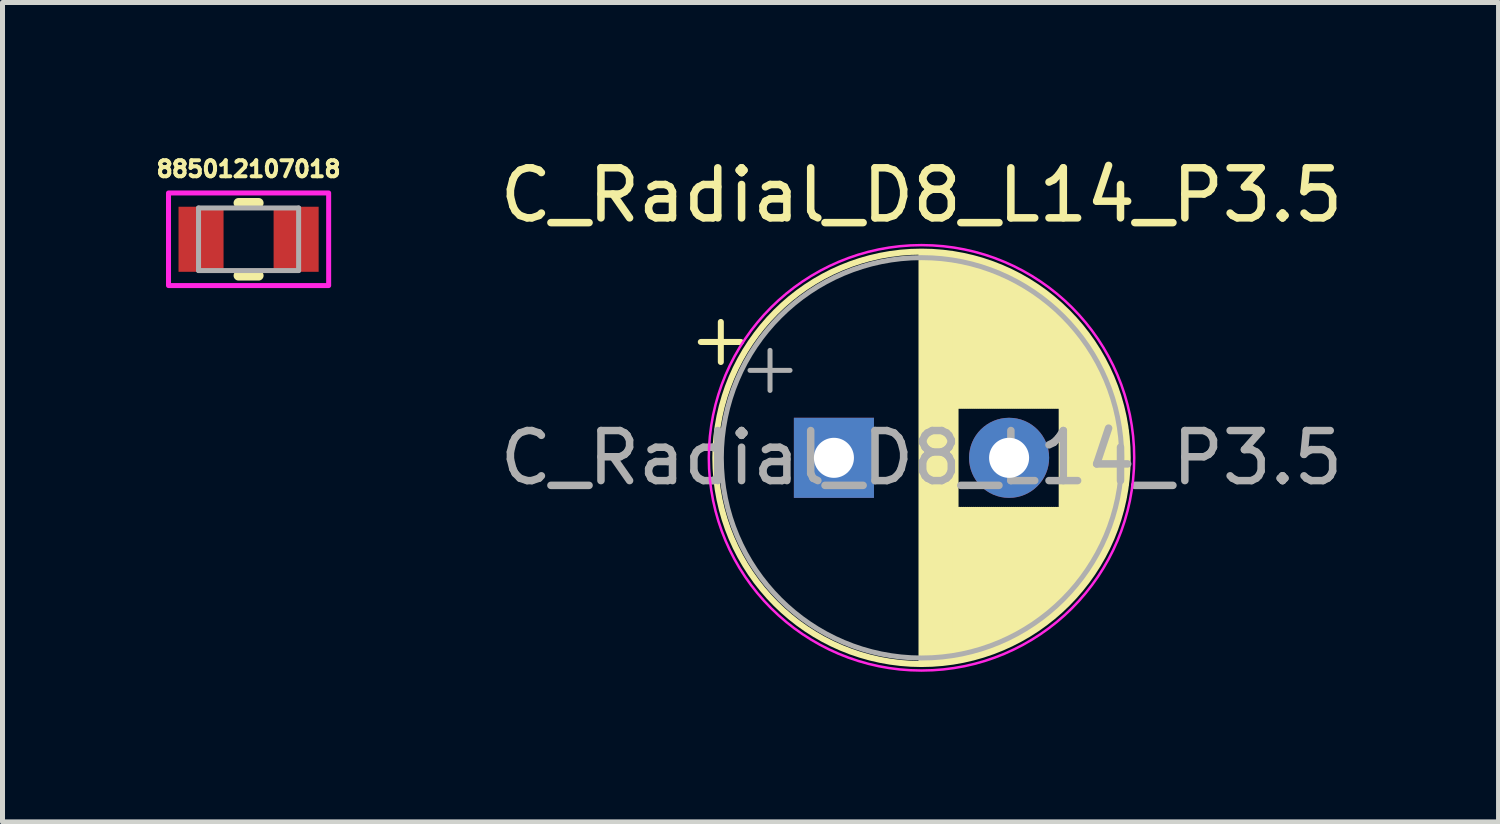
<source format=kicad_pcb>
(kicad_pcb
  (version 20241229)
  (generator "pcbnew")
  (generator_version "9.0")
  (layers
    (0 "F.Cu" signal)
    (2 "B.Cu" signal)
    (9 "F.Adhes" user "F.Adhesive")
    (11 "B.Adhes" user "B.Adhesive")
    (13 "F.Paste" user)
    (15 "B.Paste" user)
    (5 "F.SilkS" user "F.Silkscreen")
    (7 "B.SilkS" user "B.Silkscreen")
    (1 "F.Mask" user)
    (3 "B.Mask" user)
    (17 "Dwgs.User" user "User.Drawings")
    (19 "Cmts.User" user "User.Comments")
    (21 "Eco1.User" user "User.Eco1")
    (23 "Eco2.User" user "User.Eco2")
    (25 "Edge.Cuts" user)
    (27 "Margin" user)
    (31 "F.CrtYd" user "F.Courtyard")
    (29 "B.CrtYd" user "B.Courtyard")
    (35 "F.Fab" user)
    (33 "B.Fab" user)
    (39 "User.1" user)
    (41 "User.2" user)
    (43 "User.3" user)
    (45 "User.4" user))
  (footprint "885012107018"
    (layer "F.Cu")
    (at 1.917 1.731)
    (property "Reference" "885012107018" (at 0 -1.403 0) (layer "F.SilkS") (effects (font (size 0.32 0.32) (thickness 0.08))))
    (attr smd)
    (fp_line (start -0.2 -0.725) (end 0.2 -0.725) (stroke (width 0.2) (type solid)) (layer "F.SilkS"))
    (fp_line (start -0.2 0.725) (end 0.2 0.725) (stroke (width 0.2) (type solid)) (layer "F.SilkS"))
    (fp_poly (pts (xy -1.6 -0.925) (xy 1.6 -0.925) (xy 1.6 0.925) (xy -1.6 0.925)) (stroke (width 0.1) (type solid)) (fill no) (layer "F.CrtYd"))
    (fp_line (start -1 -0.625) (end -1 0.625) (stroke (width 0.1) (type solid)) (layer "F.Fab"))
    (fp_line (start -1 -0.625) (end 1 -0.625) (stroke (width 0.1) (type solid)) (layer "F.Fab"))
    (fp_line (start -1 0.625) (end 1 0.625) (stroke (width 0.1) (type solid)) (layer "F.Fab"))
    (fp_line (start 1 0.625) (end 1 -0.625) (stroke (width 0.1) (type solid)) (layer "F.Fab"))
    (pad "1" smd rect (at -0.95 0) (size 0.9 1.3) (layers "F.Cu" "F.Mask" "F.Paste"))
    (pad "2" smd rect (at 0.95 0) (size 0.9 1.3) (layers "F.Cu" "F.Mask" "F.Paste")))
  (footprint "C_Radial_D8_L14_P3.5"
    (layer "F.Cu")
    (at 13.613 6.098)
    (property "Reference" "C_Radial_D8_L14_P3.5" (at 1.75 -5.25 0) (layer "F.SilkS") (effects (font (size 1 1) (thickness 0.15))))
    (attr through_hole)
    (fp_line (start -2.66 -2.315) (end -1.86 -2.315) (stroke (width 0.12) (type solid)) (layer "F.SilkS"))
    (fp_line (start -2.26 -2.715) (end -2.26 -1.915) (stroke (width 0.12) (type solid)) (layer "F.SilkS"))
    (fp_line (start 1.75 -4.08) (end 1.75 4.08) (stroke (width 0.12) (type solid)) (layer "F.SilkS"))
    (fp_line (start 1.79 -4.08) (end 1.79 4.08) (stroke (width 0.12) (type solid)) (layer "F.SilkS"))
    (fp_line (start 1.83 -4.08) (end 1.83 4.08) (stroke (width 0.12) (type solid)) (layer "F.SilkS"))
    (fp_line (start 1.87 -4.079) (end 1.87 4.079) (stroke (width 0.12) (type solid)) (layer "F.SilkS"))
    (fp_line (start 1.91 -4.077) (end 1.91 4.077) (stroke (width 0.12) (type solid)) (layer "F.SilkS"))
    (fp_line (start 1.95 -4.076) (end 1.95 4.076) (stroke (width 0.12) (type solid)) (layer "F.SilkS"))
    (fp_line (start 1.99 -4.074) (end 1.99 4.074) (stroke (width 0.12) (type solid)) (layer "F.SilkS"))
    (fp_line (start 2.03 -4.071) (end 2.03 4.071) (stroke (width 0.12) (type solid)) (layer "F.SilkS"))
    (fp_line (start 2.07 -4.068) (end 2.07 4.068) (stroke (width 0.12) (type solid)) (layer "F.SilkS"))
    (fp_line (start 2.11 -4.065) (end 2.11 4.065) (stroke (width 0.12) (type solid)) (layer "F.SilkS"))
    (fp_line (start 2.15 -4.061) (end 2.15 4.061) (stroke (width 0.12) (type solid)) (layer "F.SilkS"))
    (fp_line (start 2.19 -4.057) (end 2.19 4.057) (stroke (width 0.12) (type solid)) (layer "F.SilkS"))
    (fp_line (start 2.23 -4.052) (end 2.23 4.052) (stroke (width 0.12) (type solid)) (layer "F.SilkS"))
    (fp_line (start 2.27 -4.048) (end 2.27 4.048) (stroke (width 0.12) (type solid)) (layer "F.SilkS"))
    (fp_line (start 2.31 -4.042) (end 2.31 4.042) (stroke (width 0.12) (type solid)) (layer "F.SilkS"))
    (fp_line (start 2.35 -4.037) (end 2.35 4.037) (stroke (width 0.12) (type solid)) (layer "F.SilkS"))
    (fp_line (start 2.39 -4.03) (end 2.39 4.03) (stroke (width 0.12) (type solid)) (layer "F.SilkS"))
    (fp_line (start 2.43 -4.024) (end 2.43 4.024) (stroke (width 0.12) (type solid)) (layer "F.SilkS"))
    (fp_line (start 2.471 -4.017) (end 2.471 -1.04) (stroke (width 0.12) (type solid)) (layer "F.SilkS"))
    (fp_line (start 2.471 1.04) (end 2.471 4.017) (stroke (width 0.12) (type solid)) (layer "F.SilkS"))
    (fp_line (start 2.511 -4.01) (end 2.511 -1.04) (stroke (width 0.12) (type solid)) (layer "F.SilkS"))
    (fp_line (start 2.511 1.04) (end 2.511 4.01) (stroke (width 0.12) (type solid)) (layer "F.SilkS"))
    (fp_line (start 2.551 -4.002) (end 2.551 -1.04) (stroke (width 0.12) (type solid)) (layer "F.SilkS"))
    (fp_line (start 2.551 1.04) (end 2.551 4.002) (stroke (width 0.12) (type solid)) (layer "F.SilkS"))
    (fp_line (start 2.591 -3.994) (end 2.591 -1.04) (stroke (width 0.12) (type solid)) (layer "F.SilkS"))
    (fp_line (start 2.591 1.04) (end 2.591 3.994) (stroke (width 0.12) (type solid)) (layer "F.SilkS"))
    (fp_line (start 2.631 -3.985) (end 2.631 -1.04) (stroke (width 0.12) (type solid)) (layer "F.SilkS"))
    (fp_line (start 2.631 1.04) (end 2.631 3.985) (stroke (width 0.12) (type solid)) (layer "F.SilkS"))
    (fp_line (start 2.671 -3.976) (end 2.671 -1.04) (stroke (width 0.12) (type solid)) (layer "F.SilkS"))
    (fp_line (start 2.671 1.04) (end 2.671 3.976) (stroke (width 0.12) (type solid)) (layer "F.SilkS"))
    (fp_line (start 2.711 -3.967) (end 2.711 -1.04) (stroke (width 0.12) (type solid)) (layer "F.SilkS"))
    (fp_line (start 2.711 1.04) (end 2.711 3.967) (stroke (width 0.12) (type solid)) (layer "F.SilkS"))
    (fp_line (start 2.751 -3.957) (end 2.751 -1.04) (stroke (width 0.12) (type solid)) (layer "F.SilkS"))
    (fp_line (start 2.751 1.04) (end 2.751 3.957) (stroke (width 0.12) (type solid)) (layer "F.SilkS"))
    (fp_line (start 2.791 -3.947) (end 2.791 -1.04) (stroke (width 0.12) (type solid)) (layer "F.SilkS"))
    (fp_line (start 2.791 1.04) (end 2.791 3.947) (stroke (width 0.12) (type solid)) (layer "F.SilkS"))
    (fp_line (start 2.831 -3.936) (end 2.831 -1.04) (stroke (width 0.12) (type solid)) (layer "F.SilkS"))
    (fp_line (start 2.831 1.04) (end 2.831 3.936) (stroke (width 0.12) (type solid)) (layer "F.SilkS"))
    (fp_line (start 2.871 -3.925) (end 2.871 -1.04) (stroke (width 0.12) (type solid)) (layer "F.SilkS"))
    (fp_line (start 2.871 1.04) (end 2.871 3.925) (stroke (width 0.12) (type solid)) (layer "F.SilkS"))
    (fp_line (start 2.911 -3.914) (end 2.911 -1.04) (stroke (width 0.12) (type solid)) (layer "F.SilkS"))
    (fp_line (start 2.911 1.04) (end 2.911 3.914) (stroke (width 0.12) (type solid)) (layer "F.SilkS"))
    (fp_line (start 2.951 -3.902) (end 2.951 -1.04) (stroke (width 0.12) (type solid)) (layer "F.SilkS"))
    (fp_line (start 2.951 1.04) (end 2.951 3.902) (stroke (width 0.12) (type solid)) (layer "F.SilkS"))
    (fp_line (start 2.991 -3.889) (end 2.991 -1.04) (stroke (width 0.12) (type solid)) (layer "F.SilkS"))
    (fp_line (start 2.991 1.04) (end 2.991 3.889) (stroke (width 0.12) (type solid)) (layer "F.SilkS"))
    (fp_line (start 3.031 -3.877) (end 3.031 -1.04) (stroke (width 0.12) (type solid)) (layer "F.SilkS"))
    (fp_line (start 3.031 1.04) (end 3.031 3.877) (stroke (width 0.12) (type solid)) (layer "F.SilkS"))
    (fp_line (start 3.071 -3.863) (end 3.071 -1.04) (stroke (width 0.12) (type solid)) (layer "F.SilkS"))
    (fp_line (start 3.071 1.04) (end 3.071 3.863) (stroke (width 0.12) (type solid)) (layer "F.SilkS"))
    (fp_line (start 3.111 -3.85) (end 3.111 -1.04) (stroke (width 0.12) (type solid)) (layer "F.SilkS"))
    (fp_line (start 3.111 1.04) (end 3.111 3.85) (stroke (width 0.12) (type solid)) (layer "F.SilkS"))
    (fp_line (start 3.151 -3.835) (end 3.151 -1.04) (stroke (width 0.12) (type solid)) (layer "F.SilkS"))
    (fp_line (start 3.151 1.04) (end 3.151 3.835) (stroke (width 0.12) (type solid)) (layer "F.SilkS"))
    (fp_line (start 3.191 -3.821) (end 3.191 -1.04) (stroke (width 0.12) (type solid)) (layer "F.SilkS"))
    (fp_line (start 3.191 1.04) (end 3.191 3.821) (stroke (width 0.12) (type solid)) (layer "F.SilkS"))
    (fp_line (start 3.231 -3.805) (end 3.231 -1.04) (stroke (width 0.12) (type solid)) (layer "F.SilkS"))
    (fp_line (start 3.231 1.04) (end 3.231 3.805) (stroke (width 0.12) (type solid)) (layer "F.SilkS"))
    (fp_line (start 3.271 -3.79) (end 3.271 -1.04) (stroke (width 0.12) (type solid)) (layer "F.SilkS"))
    (fp_line (start 3.271 1.04) (end 3.271 3.79) (stroke (width 0.12) (type solid)) (layer "F.SilkS"))
    (fp_line (start 3.311 -3.774) (end 3.311 -1.04) (stroke (width 0.12) (type solid)) (layer "F.SilkS"))
    (fp_line (start 3.311 1.04) (end 3.311 3.774) (stroke (width 0.12) (type solid)) (layer "F.SilkS"))
    (fp_line (start 3.351 -3.757) (end 3.351 -1.04) (stroke (width 0.12) (type solid)) (layer "F.SilkS"))
    (fp_line (start 3.351 1.04) (end 3.351 3.757) (stroke (width 0.12) (type solid)) (layer "F.SilkS"))
    (fp_line (start 3.391 -3.74) (end 3.391 -1.04) (stroke (width 0.12) (type solid)) (layer "F.SilkS"))
    (fp_line (start 3.391 1.04) (end 3.391 3.74) (stroke (width 0.12) (type solid)) (layer "F.SilkS"))
    (fp_line (start 3.431 -3.722) (end 3.431 -1.04) (stroke (width 0.12) (type solid)) (layer "F.SilkS"))
    (fp_line (start 3.431 1.04) (end 3.431 3.722) (stroke (width 0.12) (type solid)) (layer "F.SilkS"))
    (fp_line (start 3.471 -3.704) (end 3.471 -1.04) (stroke (width 0.12) (type solid)) (layer "F.SilkS"))
    (fp_line (start 3.471 1.04) (end 3.471 3.704) (stroke (width 0.12) (type solid)) (layer "F.SilkS"))
    (fp_line (start 3.511 -3.686) (end 3.511 -1.04) (stroke (width 0.12) (type solid)) (layer "F.SilkS"))
    (fp_line (start 3.511 1.04) (end 3.511 3.686) (stroke (width 0.12) (type solid)) (layer "F.SilkS"))
    (fp_line (start 3.551 -3.666) (end 3.551 -1.04) (stroke (width 0.12) (type solid)) (layer "F.SilkS"))
    (fp_line (start 3.551 1.04) (end 3.551 3.666) (stroke (width 0.12) (type solid)) (layer "F.SilkS"))
    (fp_line (start 3.591 -3.647) (end 3.591 -1.04) (stroke (width 0.12) (type solid)) (layer "F.SilkS"))
    (fp_line (start 3.591 1.04) (end 3.591 3.647) (stroke (width 0.12) (type solid)) (layer "F.SilkS"))
    (fp_line (start 3.631 -3.627) (end 3.631 -1.04) (stroke (width 0.12) (type solid)) (layer "F.SilkS"))
    (fp_line (start 3.631 1.04) (end 3.631 3.627) (stroke (width 0.12) (type solid)) (layer "F.SilkS"))
    (fp_line (start 3.671 -3.606) (end 3.671 -1.04) (stroke (width 0.12) (type solid)) (layer "F.SilkS"))
    (fp_line (start 3.671 1.04) (end 3.671 3.606) (stroke (width 0.12) (type solid)) (layer "F.SilkS"))
    (fp_line (start 3.711 -3.584) (end 3.711 -1.04) (stroke (width 0.12) (type solid)) (layer "F.SilkS"))
    (fp_line (start 3.711 1.04) (end 3.711 3.584) (stroke (width 0.12) (type solid)) (layer "F.SilkS"))
    (fp_line (start 3.751 -3.562) (end 3.751 -1.04) (stroke (width 0.12) (type solid)) (layer "F.SilkS"))
    (fp_line (start 3.751 1.04) (end 3.751 3.562) (stroke (width 0.12) (type solid)) (layer "F.SilkS"))
    (fp_line (start 3.791 -3.54) (end 3.791 -1.04) (stroke (width 0.12) (type solid)) (layer "F.SilkS"))
    (fp_line (start 3.791 1.04) (end 3.791 3.54) (stroke (width 0.12) (type solid)) (layer "F.SilkS"))
    (fp_line (start 3.831 -3.517) (end 3.831 -1.04) (stroke (width 0.12) (type solid)) (layer "F.SilkS"))
    (fp_line (start 3.831 1.04) (end 3.831 3.517) (stroke (width 0.12) (type solid)) (layer "F.SilkS"))
    (fp_line (start 3.871 -3.493) (end 3.871 -1.04) (stroke (width 0.12) (type solid)) (layer "F.SilkS"))
    (fp_line (start 3.871 1.04) (end 3.871 3.493) (stroke (width 0.12) (type solid)) (layer "F.SilkS"))
    (fp_line (start 3.911 -3.469) (end 3.911 -1.04) (stroke (width 0.12) (type solid)) (layer "F.SilkS"))
    (fp_line (start 3.911 1.04) (end 3.911 3.469) (stroke (width 0.12) (type solid)) (layer "F.SilkS"))
    (fp_line (start 3.951 -3.444) (end 3.951 -1.04) (stroke (width 0.12) (type solid)) (layer "F.SilkS"))
    (fp_line (start 3.951 1.04) (end 3.951 3.444) (stroke (width 0.12) (type solid)) (layer "F.SilkS"))
    (fp_line (start 3.991 -3.418) (end 3.991 -1.04) (stroke (width 0.12) (type solid)) (layer "F.SilkS"))
    (fp_line (start 3.991 1.04) (end 3.991 3.418) (stroke (width 0.12) (type solid)) (layer "F.SilkS"))
    (fp_line (start 4.031 -3.392) (end 4.031 -1.04) (stroke (width 0.12) (type solid)) (layer "F.SilkS"))
    (fp_line (start 4.031 1.04) (end 4.031 3.392) (stroke (width 0.12) (type solid)) (layer "F.SilkS"))
    (fp_line (start 4.071 -3.365) (end 4.071 -1.04) (stroke (width 0.12) (type solid)) (layer "F.SilkS"))
    (fp_line (start 4.071 1.04) (end 4.071 3.365) (stroke (width 0.12) (type solid)) (layer "F.SilkS"))
    (fp_line (start 4.111 -3.338) (end 4.111 -1.04) (stroke (width 0.12) (type solid)) (layer "F.SilkS"))
    (fp_line (start 4.111 1.04) (end 4.111 3.338) (stroke (width 0.12) (type solid)) (layer "F.SilkS"))
    (fp_line (start 4.151 -3.309) (end 4.151 -1.04) (stroke (width 0.12) (type solid)) (layer "F.SilkS"))
    (fp_line (start 4.151 1.04) (end 4.151 3.309) (stroke (width 0.12) (type solid)) (layer "F.SilkS"))
    (fp_line (start 4.191 -3.28) (end 4.191 -1.04) (stroke (width 0.12) (type solid)) (layer "F.SilkS"))
    (fp_line (start 4.191 1.04) (end 4.191 3.28) (stroke (width 0.12) (type solid)) (layer "F.SilkS"))
    (fp_line (start 4.231 -3.25) (end 4.231 -1.04) (stroke (width 0.12) (type solid)) (layer "F.SilkS"))
    (fp_line (start 4.231 1.04) (end 4.231 3.25) (stroke (width 0.12) (type solid)) (layer "F.SilkS"))
    (fp_line (start 4.271 -3.22) (end 4.271 -1.04) (stroke (width 0.12) (type solid)) (layer "F.SilkS"))
    (fp_line (start 4.271 1.04) (end 4.271 3.22) (stroke (width 0.12) (type solid)) (layer "F.SilkS"))
    (fp_line (start 4.311 -3.189) (end 4.311 -1.04) (stroke (width 0.12) (type solid)) (layer "F.SilkS"))
    (fp_line (start 4.311 1.04) (end 4.311 3.189) (stroke (width 0.12) (type solid)) (layer "F.SilkS"))
    (fp_line (start 4.351 -3.156) (end 4.351 -1.04) (stroke (width 0.12) (type solid)) (layer "F.SilkS"))
    (fp_line (start 4.351 1.04) (end 4.351 3.156) (stroke (width 0.12) (type solid)) (layer "F.SilkS"))
    (fp_line (start 4.391 -3.124) (end 4.391 -1.04) (stroke (width 0.12) (type solid)) (layer "F.SilkS"))
    (fp_line (start 4.391 1.04) (end 4.391 3.124) (stroke (width 0.12) (type solid)) (layer "F.SilkS"))
    (fp_line (start 4.431 -3.09) (end 4.431 -1.04) (stroke (width 0.12) (type solid)) (layer "F.SilkS"))
    (fp_line (start 4.431 1.04) (end 4.431 3.09) (stroke (width 0.12) (type solid)) (layer "F.SilkS"))
    (fp_line (start 4.471 -3.055) (end 4.471 -1.04) (stroke (width 0.12) (type solid)) (layer "F.SilkS"))
    (fp_line (start 4.471 1.04) (end 4.471 3.055) (stroke (width 0.12) (type solid)) (layer "F.SilkS"))
    (fp_line (start 4.511 -3.019) (end 4.511 -1.04) (stroke (width 0.12) (type solid)) (layer "F.SilkS"))
    (fp_line (start 4.511 1.04) (end 4.511 3.019) (stroke (width 0.12) (type solid)) (layer "F.SilkS"))
    (fp_line (start 4.551 -2.983) (end 4.551 2.983) (stroke (width 0.12) (type solid)) (layer "F.SilkS"))
    (fp_line (start 4.591 -2.945) (end 4.591 2.945) (stroke (width 0.12) (type solid)) (layer "F.SilkS"))
    (fp_line (start 4.631 -2.907) (end 4.631 2.907) (stroke (width 0.12) (type solid)) (layer "F.SilkS"))
    (fp_line (start 4.671 -2.867) (end 4.671 2.867) (stroke (width 0.12) (type solid)) (layer "F.SilkS"))
    (fp_line (start 4.711 -2.826) (end 4.711 2.826) (stroke (width 0.12) (type solid)) (layer "F.SilkS"))
    (fp_line (start 4.751 -2.784) (end 4.751 2.784) (stroke (width 0.12) (type solid)) (layer "F.SilkS"))
    (fp_line (start 4.791 -2.741) (end 4.791 2.741) (stroke (width 0.12) (type solid)) (layer "F.SilkS"))
    (fp_line (start 4.831 -2.697) (end 4.831 2.697) (stroke (width 0.12) (type solid)) (layer "F.SilkS"))
    (fp_line (start 4.871 -2.651) (end 4.871 2.651) (stroke (width 0.12) (type solid)) (layer "F.SilkS"))
    (fp_line (start 4.911 -2.604) (end 4.911 2.604) (stroke (width 0.12) (type solid)) (layer "F.SilkS"))
    (fp_line (start 4.951 -2.556) (end 4.951 2.556) (stroke (width 0.12) (type solid)) (layer "F.SilkS"))
    (fp_line (start 4.991 -2.505) (end 4.991 2.505) (stroke (width 0.12) (type solid)) (layer "F.SilkS"))
    (fp_line (start 5.031 -2.454) (end 5.031 2.454) (stroke (width 0.12) (type solid)) (layer "F.SilkS"))
    (fp_line (start 5.071 -2.4) (end 5.071 2.4) (stroke (width 0.12) (type solid)) (layer "F.SilkS"))
    (fp_line (start 5.111 -2.345) (end 5.111 2.345) (stroke (width 0.12) (type solid)) (layer "F.SilkS"))
    (fp_line (start 5.151 -2.287) (end 5.151 2.287) (stroke (width 0.12) (type solid)) (layer "F.SilkS"))
    (fp_line (start 5.191 -2.228) (end 5.191 2.228) (stroke (width 0.12) (type solid)) (layer "F.SilkS"))
    (fp_line (start 5.231 -2.166) (end 5.231 2.166) (stroke (width 0.12) (type solid)) (layer "F.SilkS"))
    (fp_line (start 5.271 -2.102) (end 5.271 2.102) (stroke (width 0.12) (type solid)) (layer "F.SilkS"))
    (fp_line (start 5.311 -2.034) (end 5.311 2.034) (stroke (width 0.12) (type solid)) (layer "F.SilkS"))
    (fp_line (start 5.351 -1.964) (end 5.351 1.964) (stroke (width 0.12) (type solid)) (layer "F.SilkS"))
    (fp_line (start 5.391 -1.89) (end 5.391 1.89) (stroke (width 0.12) (type solid)) (layer "F.SilkS"))
    (fp_line (start 5.431 -1.813) (end 5.431 1.813) (stroke (width 0.12) (type solid)) (layer "F.SilkS"))
    (fp_line (start 5.471 -1.731) (end 5.471 1.731) (stroke (width 0.12) (type solid)) (layer "F.SilkS"))
    (fp_line (start 5.511 -1.645) (end 5.511 1.645) (stroke (width 0.12) (type solid)) (layer "F.SilkS"))
    (fp_line (start 5.551 -1.552) (end 5.551 1.552) (stroke (width 0.12) (type solid)) (layer "F.SilkS"))
    (fp_line (start 5.591 -1.453) (end 5.591 1.453) (stroke (width 0.12) (type solid)) (layer "F.SilkS"))
    (fp_line (start 5.631 -1.346) (end 5.631 1.346) (stroke (width 0.12) (type solid)) (layer "F.SilkS"))
    (fp_line (start 5.671 -1.229) (end 5.671 1.229) (stroke (width 0.12) (type solid)) (layer "F.SilkS"))
    (fp_line (start 5.711 -1.098) (end 5.711 1.098) (stroke (width 0.12) (type solid)) (layer "F.SilkS"))
    (fp_line (start 5.751 -0.948) (end 5.751 0.948) (stroke (width 0.12) (type solid)) (layer "F.SilkS"))
    (fp_line (start 5.791 -0.768) (end 5.791 0.768) (stroke (width 0.12) (type solid)) (layer "F.SilkS"))
    (fp_line (start 5.831 -0.533) (end 5.831 0.533) (stroke (width 0.12) (type solid)) (layer "F.SilkS"))
    (fp_circle (center 1.75 0) (end 5.87 0) (stroke (width 0.12) (type solid)) (fill no) (layer "F.SilkS"))
    (fp_circle (center 1.75 0) (end 6 0) (stroke (width 0.05) (type solid)) (fill no) (layer "F.CrtYd"))
    (fp_line (start -1.677 -1.748) (end -0.877 -1.748) (stroke (width 0.1) (type solid)) (layer "F.Fab"))
    (fp_line (start -1.277 -2.147) (end -1.277 -1.347) (stroke (width 0.1) (type solid)) (layer "F.Fab"))
    (fp_circle (center 1.75 0) (end 5.75 0) (stroke (width 0.1) (type solid)) (fill no) (layer "F.Fab"))
    (fp_text user "${REFERENCE}" (at 1.75 0 0) (layer "F.Fab") (effects (font (size 1 1) (thickness 0.15))))
    (pad "1" thru_hole rect (at 0 0) (size 1.6 1.6) (drill 0.8) (layers "*.Cu" "*.Mask"))
    (pad "2" thru_hole circle (at 3.5 0) (size 1.6 1.6) (drill 0.8) (layers "*.Cu" "*.Mask")))
  (gr_rect
    (start -3 -3)
    (end 26.893 13.373)
    (stroke (width 0.1) (type default))
    (fill no)
    (layer "Edge.Cuts")))
</source>
